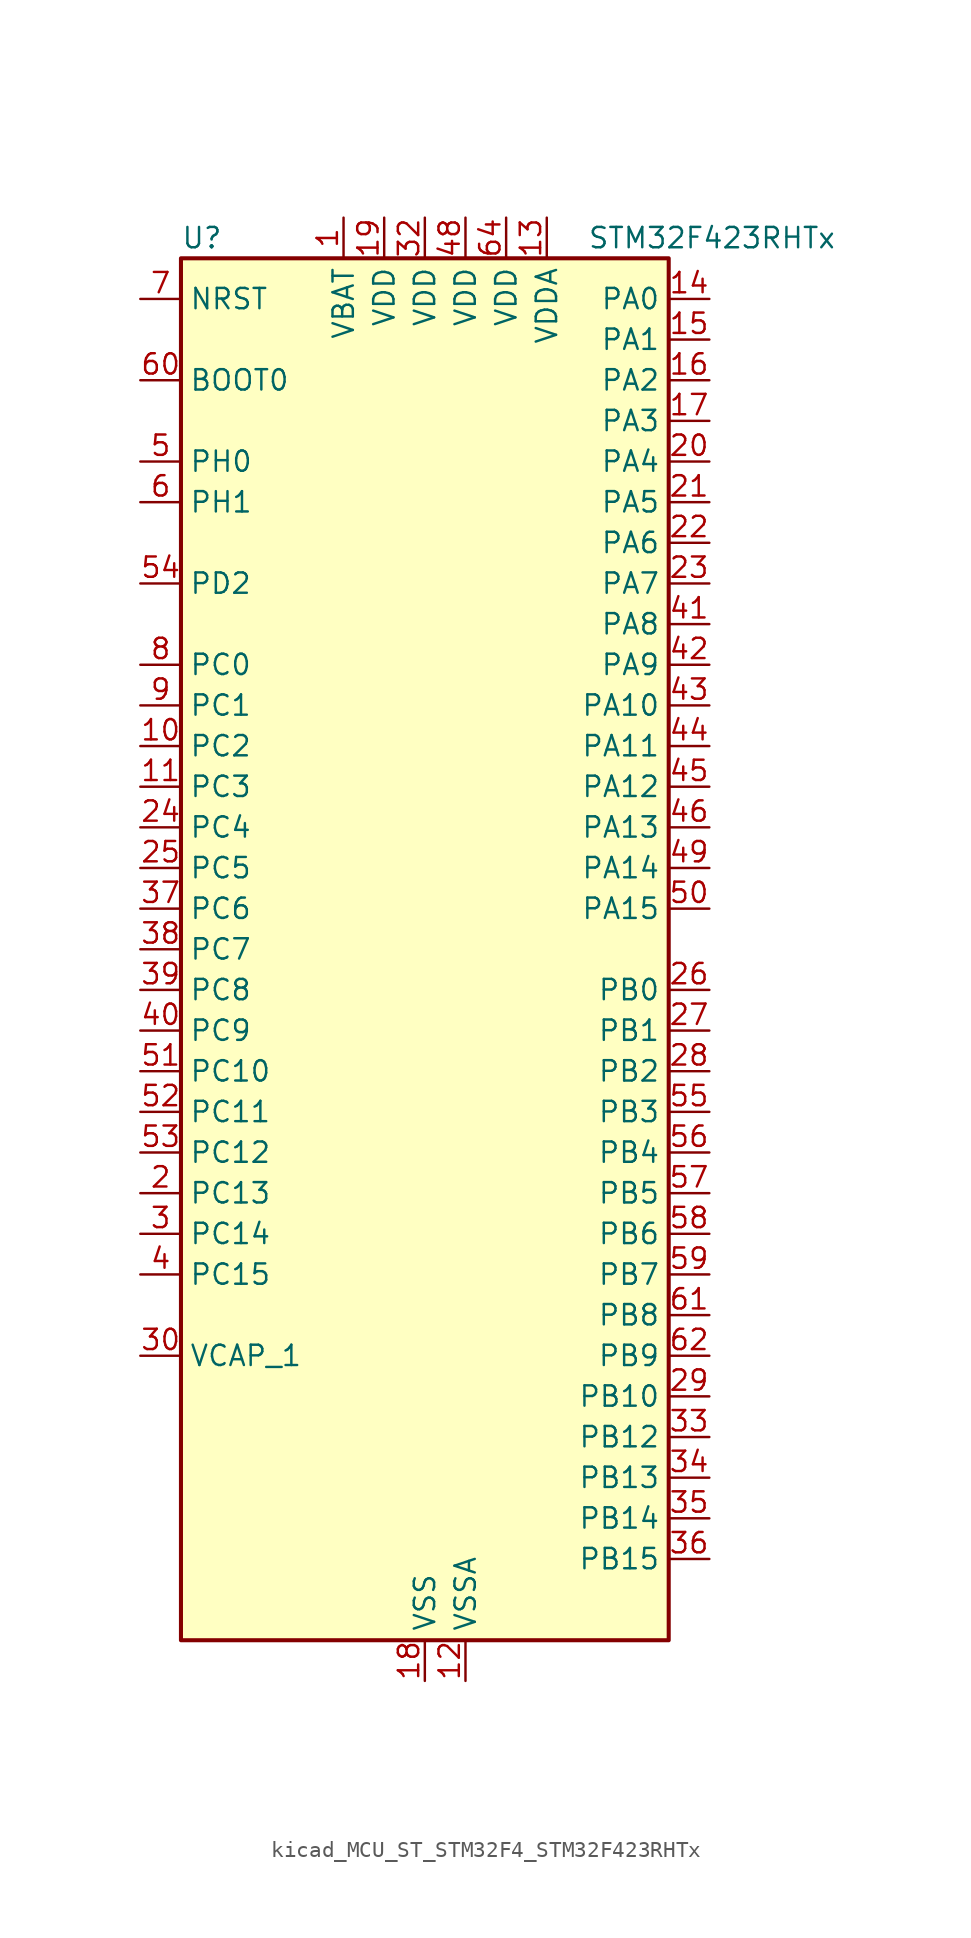
<source format=kicad_sym>
(kicad_symbol_lib
  (version 20220914)
  (generator kicad_symbol_editor)
  (symbol "kicad_MCU_ST_STM32F4_STM32F423RHTx"
    (property "Reference" "U"
      (at -15.24 44.45 0)
      (effects (font (size 1.27 1.27)) (justify left)))
    (property "Value" "STM32F423RHTx"
      (at 10.16 44.45 0)
      (effects (font (size 1.27 1.27)) (justify left)))
    (property "ki_locked" ""
      (at 0 0 0)
      (effects (font (size 1.27 1.27))))
    (symbol "kicad_MCU_ST_STM32F4_STM32F423RHTx_0_1"
      (rectangle (start -15.24 -43.18) (end 15.24 43.18) (stroke (width 0.254) (type default)) (fill (type background))))
    (symbol "kicad_MCU_ST_STM32F4_STM32F423RHTx_1_1"
      (pin power_in line (at -5.08 45.72 270) (length 2.54) (name "VBAT" (effects (font (size 1.27 1.27)))) (number "1" (effects (font (size 1.27 1.27)))))
      (pin bidirectional line (at -17.78 12.7 0) (length 2.54) (name "PC2" (effects (font (size 1.27 1.27)))) (number "10" (effects (font (size 1.27 1.27)))) (alternate "ADC1_IN12" bidirectional line) (alternate "DFSDM1_CKOUT" bidirectional line) (alternate "DFSDM2_DATIN7" bidirectional line) (alternate "FSMC_NWE" bidirectional line) (alternate "I2S2_ext_SD" bidirectional line) (alternate "LPTIM1_IN2" bidirectional line) (alternate "SAI1_SCK_B" bidirectional line) (alternate "SPI2_MISO" bidirectional line))
      (pin bidirectional line (at -17.78 10.16 0) (length 2.54) (name "PC3" (effects (font (size 1.27 1.27)))) (number "11" (effects (font (size 1.27 1.27)))) (alternate "ADC1_IN13" bidirectional line) (alternate "DFSDM2_CKIN7" bidirectional line) (alternate "FSMC_A0" bidirectional line) (alternate "I2S2_SD" bidirectional line) (alternate "LPTIM1_ETR" bidirectional line) (alternate "SAI1_FS_B" bidirectional line) (alternate "SPI2_MOSI" bidirectional line))
      (pin power_in line (at 2.54 -45.72 90) (length 2.54) (name "VSSA" (effects (font (size 1.27 1.27)))) (number "12" (effects (font (size 1.27 1.27)))))
      (pin power_in line (at 7.62 45.72 270) (length 2.54) (name "VDDA" (effects (font (size 1.27 1.27)))) (number "13" (effects (font (size 1.27 1.27)))))
      (pin bidirectional line (at 17.78 40.64 180) (length 2.54) (name "PA0" (effects (font (size 1.27 1.27)))) (number "14" (effects (font (size 1.27 1.27)))) (alternate "ADC1_IN0" bidirectional line) (alternate "SYS_WKUP1" bidirectional line) (alternate "TIM2_CH1" bidirectional line) (alternate "TIM2_ETR" bidirectional line) (alternate "TIM5_CH1" bidirectional line) (alternate "TIM8_ETR" bidirectional line) (alternate "UART4_TX" bidirectional line) (alternate "USART2_CTS" bidirectional line))
      (pin bidirectional line (at 17.78 38.1 180) (length 2.54) (name "PA1" (effects (font (size 1.27 1.27)))) (number "15" (effects (font (size 1.27 1.27)))) (alternate "ADC1_IN1" bidirectional line) (alternate "I2S4_SD" bidirectional line) (alternate "QUADSPI_BK1_IO3" bidirectional line) (alternate "SPI4_MOSI" bidirectional line) (alternate "TIM2_CH2" bidirectional line) (alternate "TIM5_CH2" bidirectional line) (alternate "UART4_RX" bidirectional line) (alternate "USART2_RTS" bidirectional line))
      (pin bidirectional line (at 17.78 35.56 180) (length 2.54) (name "PA2" (effects (font (size 1.27 1.27)))) (number "16" (effects (font (size 1.27 1.27)))) (alternate "ADC1_IN2" bidirectional line) (alternate "FSMC_D4" bidirectional line) (alternate "FSMC_DA4" bidirectional line) (alternate "I2S_CKIN" bidirectional line) (alternate "TIM2_CH3" bidirectional line) (alternate "TIM5_CH3" bidirectional line) (alternate "TIM9_CH1" bidirectional line) (alternate "USART2_TX" bidirectional line))
      (pin bidirectional line (at 17.78 33.02 180) (length 2.54) (name "PA3" (effects (font (size 1.27 1.27)))) (number "17" (effects (font (size 1.27 1.27)))) (alternate "ADC1_IN3" bidirectional line) (alternate "FSMC_D5" bidirectional line) (alternate "FSMC_DA5" bidirectional line) (alternate "I2S2_MCK" bidirectional line) (alternate "SAI1_SD_B" bidirectional line) (alternate "TIM2_CH4" bidirectional line) (alternate "TIM5_CH4" bidirectional line) (alternate "TIM9_CH2" bidirectional line) (alternate "USART2_RX" bidirectional line))
      (pin power_in line (at 0 -45.72 90) (length 2.54) (name "VSS" (effects (font (size 1.27 1.27)))) (number "18" (effects (font (size 1.27 1.27)))))
      (pin power_in line (at -2.54 45.72 270) (length 2.54) (name "VDD" (effects (font (size 1.27 1.27)))) (number "19" (effects (font (size 1.27 1.27)))))
      (pin bidirectional line (at -17.78 -15.24 0) (length 2.54) (name "PC13" (effects (font (size 1.27 1.27)))) (number "2" (effects (font (size 1.27 1.27)))) (alternate "RTC_AF1" bidirectional line))
      (pin bidirectional line (at 17.78 30.48 180) (length 2.54) (name "PA4" (effects (font (size 1.27 1.27)))) (number "20" (effects (font (size 1.27 1.27)))) (alternate "ADC1_IN4" bidirectional line) (alternate "DAC_OUT1" bidirectional line) (alternate "DFSDM1_DATIN1" bidirectional line) (alternate "FSMC_D6" bidirectional line) (alternate "FSMC_DA6" bidirectional line) (alternate "I2S1_WS" bidirectional line) (alternate "I2S3_WS" bidirectional line) (alternate "SPI1_NSS" bidirectional line) (alternate "SPI3_NSS" bidirectional line) (alternate "USART2_CK" bidirectional line))
      (pin bidirectional line (at 17.78 27.94 180) (length 2.54) (name "PA5" (effects (font (size 1.27 1.27)))) (number "21" (effects (font (size 1.27 1.27)))) (alternate "ADC1_IN5" bidirectional line) (alternate "DAC_OUT2" bidirectional line) (alternate "DFSDM1_CKIN1" bidirectional line) (alternate "FSMC_D7" bidirectional line) (alternate "FSMC_DA7" bidirectional line) (alternate "I2S1_CK" bidirectional line) (alternate "SPI1_SCK" bidirectional line) (alternate "TIM2_CH1" bidirectional line) (alternate "TIM2_ETR" bidirectional line) (alternate "TIM8_CH1N" bidirectional line))
      (pin bidirectional line (at 17.78 25.4 180) (length 2.54) (name "PA6" (effects (font (size 1.27 1.27)))) (number "22" (effects (font (size 1.27 1.27)))) (alternate "ADC1_IN6" bidirectional line) (alternate "DFSDM2_CKIN1" bidirectional line) (alternate "I2S2_MCK" bidirectional line) (alternate "QUADSPI_BK2_IO0" bidirectional line) (alternate "SDIO_CMD" bidirectional line) (alternate "SPI1_MISO" bidirectional line) (alternate "TIM13_CH1" bidirectional line) (alternate "TIM1_BKIN" bidirectional line) (alternate "TIM3_CH1" bidirectional line) (alternate "TIM8_BKIN" bidirectional line))
      (pin bidirectional line (at 17.78 22.86 180) (length 2.54) (name "PA7" (effects (font (size 1.27 1.27)))) (number "23" (effects (font (size 1.27 1.27)))) (alternate "ADC1_IN7" bidirectional line) (alternate "DFSDM2_DATIN1" bidirectional line) (alternate "I2S1_SD" bidirectional line) (alternate "QUADSPI_BK2_IO1" bidirectional line) (alternate "SPI1_MOSI" bidirectional line) (alternate "TIM14_CH1" bidirectional line) (alternate "TIM1_CH1N" bidirectional line) (alternate "TIM3_CH2" bidirectional line) (alternate "TIM8_CH1N" bidirectional line))
      (pin bidirectional line (at -17.78 7.62 0) (length 2.54) (name "PC4" (effects (font (size 1.27 1.27)))) (number "24" (effects (font (size 1.27 1.27)))) (alternate "ADC1_IN14" bidirectional line) (alternate "DFSDM2_CKIN2" bidirectional line) (alternate "FSMC_NE4" bidirectional line) (alternate "I2S1_MCK" bidirectional line) (alternate "QUADSPI_BK2_IO2" bidirectional line))
      (pin bidirectional line (at -17.78 5.08 0) (length 2.54) (name "PC5" (effects (font (size 1.27 1.27)))) (number "25" (effects (font (size 1.27 1.27)))) (alternate "ADC1_IN15" bidirectional line) (alternate "DFSDM2_DATIN2" bidirectional line) (alternate "FMPI2C1_SMBA" bidirectional line) (alternate "FSMC_NOE" bidirectional line) (alternate "QUADSPI_BK2_IO3" bidirectional line) (alternate "USART3_RX" bidirectional line))
      (pin bidirectional line (at 17.78 -2.54 180) (length 2.54) (name "PB0" (effects (font (size 1.27 1.27)))) (number "26" (effects (font (size 1.27 1.27)))) (alternate "ADC1_IN8" bidirectional line) (alternate "I2S5_CK" bidirectional line) (alternate "SPI5_SCK" bidirectional line) (alternate "TIM1_CH2N" bidirectional line) (alternate "TIM3_CH3" bidirectional line) (alternate "TIM8_CH2N" bidirectional line))
      (pin bidirectional line (at 17.78 -5.08 180) (length 2.54) (name "PB1" (effects (font (size 1.27 1.27)))) (number "27" (effects (font (size 1.27 1.27)))) (alternate "ADC1_IN9" bidirectional line) (alternate "DFSDM1_DATIN0" bidirectional line) (alternate "I2S5_WS" bidirectional line) (alternate "QUADSPI_CLK" bidirectional line) (alternate "SPI5_NSS" bidirectional line) (alternate "TIM1_CH3N" bidirectional line) (alternate "TIM3_CH4" bidirectional line) (alternate "TIM8_CH3N" bidirectional line))
      (pin bidirectional line (at 17.78 -7.62 180) (length 2.54) (name "PB2" (effects (font (size 1.27 1.27)))) (number "28" (effects (font (size 1.27 1.27)))) (alternate "DFSDM1_CKIN0" bidirectional line) (alternate "LPTIM1_OUT" bidirectional line) (alternate "QUADSPI_CLK" bidirectional line))
      (pin bidirectional line (at 17.78 -27.94 180) (length 2.54) (name "PB10" (effects (font (size 1.27 1.27)))) (number "29" (effects (font (size 1.27 1.27)))) (alternate "DFSDM2_CKOUT" bidirectional line) (alternate "FMPI2C1_SCL" bidirectional line) (alternate "I2C2_SCL" bidirectional line) (alternate "I2S2_CK" bidirectional line) (alternate "I2S3_MCK" bidirectional line) (alternate "SDIO_D7" bidirectional line) (alternate "SPI2_SCK" bidirectional line) (alternate "TIM2_CH3" bidirectional line) (alternate "USART3_TX" bidirectional line))
      (pin bidirectional line (at -17.78 -17.78 0) (length 2.54) (name "PC14" (effects (font (size 1.27 1.27)))) (number "3" (effects (font (size 1.27 1.27)))) (alternate "RCC_OSC32_IN" bidirectional line))
      (pin power_out line (at -17.78 -25.4 0) (length 2.54) (name "VCAP_1" (effects (font (size 1.27 1.27)))) (number "30" (effects (font (size 1.27 1.27)))))
      (pin passive line (at 0 -45.72 90) (length 2.54) hide (name "VSS" (effects (font (size 1.27 1.27)))) (number "31" (effects (font (size 1.27 1.27)))))
      (pin power_in line (at 0 45.72 270) (length 2.54) (name "VDD" (effects (font (size 1.27 1.27)))) (number "32" (effects (font (size 1.27 1.27)))))
      (pin bidirectional line (at 17.78 -30.48 180) (length 2.54) (name "PB12" (effects (font (size 1.27 1.27)))) (number "33" (effects (font (size 1.27 1.27)))) (alternate "CAN2_RX" bidirectional line) (alternate "DFSDM1_DATIN1" bidirectional line) (alternate "I2C2_SMBA" bidirectional line) (alternate "I2S2_WS" bidirectional line) (alternate "I2S3_CK" bidirectional line) (alternate "I2S4_WS" bidirectional line) (alternate "SPI2_NSS" bidirectional line) (alternate "SPI3_SCK" bidirectional line) (alternate "SPI4_NSS" bidirectional line) (alternate "TIM1_BKIN" bidirectional line) (alternate "UART5_RX" bidirectional line) (alternate "USART3_CK" bidirectional line))
      (pin bidirectional line (at 17.78 -33.02 180) (length 2.54) (name "PB13" (effects (font (size 1.27 1.27)))) (number "34" (effects (font (size 1.27 1.27)))) (alternate "CAN2_TX" bidirectional line) (alternate "DFSDM1_CKIN1" bidirectional line) (alternate "FMPI2C1_SMBA" bidirectional line) (alternate "I2S2_CK" bidirectional line) (alternate "I2S4_CK" bidirectional line) (alternate "SPI2_SCK" bidirectional line) (alternate "SPI4_SCK" bidirectional line) (alternate "TIM1_CH1N" bidirectional line) (alternate "UART5_TX" bidirectional line) (alternate "USART3_CTS" bidirectional line))
      (pin bidirectional line (at 17.78 -35.56 180) (length 2.54) (name "PB14" (effects (font (size 1.27 1.27)))) (number "35" (effects (font (size 1.27 1.27)))) (alternate "DFSDM1_DATIN2" bidirectional line) (alternate "FMPI2C1_SDA" bidirectional line) (alternate "FSMC_D0" bidirectional line) (alternate "FSMC_DA0" bidirectional line) (alternate "I2S2_ext_SD" bidirectional line) (alternate "SDIO_D6" bidirectional line) (alternate "SPI2_MISO" bidirectional line) (alternate "TIM12_CH1" bidirectional line) (alternate "TIM1_CH2N" bidirectional line) (alternate "TIM8_CH2N" bidirectional line) (alternate "USART3_RTS" bidirectional line))
      (pin bidirectional line (at 17.78 -38.1 180) (length 2.54) (name "PB15" (effects (font (size 1.27 1.27)))) (number "36" (effects (font (size 1.27 1.27)))) (alternate "ADC1_EXTI15" bidirectional line) (alternate "DFSDM1_CKIN2" bidirectional line) (alternate "FMPI2C1_SCL" bidirectional line) (alternate "I2S2_SD" bidirectional line) (alternate "RTC_REFIN" bidirectional line) (alternate "SDIO_CK" bidirectional line) (alternate "SPI2_MOSI" bidirectional line) (alternate "TIM12_CH2" bidirectional line) (alternate "TIM1_CH3N" bidirectional line) (alternate "TIM8_CH3N" bidirectional line))
      (pin bidirectional line (at -17.78 2.54 0) (length 2.54) (name "PC6" (effects (font (size 1.27 1.27)))) (number "37" (effects (font (size 1.27 1.27)))) (alternate "DFSDM1_CKIN3" bidirectional line) (alternate "DFSDM2_DATIN6" bidirectional line) (alternate "FMPI2C1_SCL" bidirectional line) (alternate "FSMC_D1" bidirectional line) (alternate "FSMC_DA1" bidirectional line) (alternate "I2S2_MCK" bidirectional line) (alternate "SDIO_D6" bidirectional line) (alternate "TIM3_CH1" bidirectional line) (alternate "TIM8_CH1" bidirectional line) (alternate "USART6_TX" bidirectional line))
      (pin bidirectional line (at -17.78 0 0) (length 2.54) (name "PC7" (effects (font (size 1.27 1.27)))) (number "38" (effects (font (size 1.27 1.27)))) (alternate "DFSDM1_DATIN3" bidirectional line) (alternate "DFSDM2_CKIN6" bidirectional line) (alternate "FMPI2C1_SDA" bidirectional line) (alternate "I2S2_CK" bidirectional line) (alternate "I2S3_MCK" bidirectional line) (alternate "SDIO_D7" bidirectional line) (alternate "SPI2_SCK" bidirectional line) (alternate "TIM3_CH2" bidirectional line) (alternate "TIM8_CH2" bidirectional line) (alternate "USART6_RX" bidirectional line))
      (pin bidirectional line (at -17.78 -2.54 0) (length 2.54) (name "PC8" (effects (font (size 1.27 1.27)))) (number "39" (effects (font (size 1.27 1.27)))) (alternate "DFSDM2_CKIN3" bidirectional line) (alternate "QUADSPI_BK1_IO2" bidirectional line) (alternate "SDIO_D0" bidirectional line) (alternate "TIM3_CH3" bidirectional line) (alternate "TIM8_CH3" bidirectional line) (alternate "USART6_CK" bidirectional line))
      (pin bidirectional line (at -17.78 -20.32 0) (length 2.54) (name "PC15" (effects (font (size 1.27 1.27)))) (number "4" (effects (font (size 1.27 1.27)))) (alternate "ADC1_EXTI15" bidirectional line) (alternate "RCC_OSC32_OUT" bidirectional line))
      (pin bidirectional line (at -17.78 -5.08 0) (length 2.54) (name "PC9" (effects (font (size 1.27 1.27)))) (number "40" (effects (font (size 1.27 1.27)))) (alternate "DAC_EXTI9" bidirectional line) (alternate "DFSDM2_DATIN3" bidirectional line) (alternate "I2C3_SDA" bidirectional line) (alternate "I2S_CKIN" bidirectional line) (alternate "QUADSPI_BK1_IO0" bidirectional line) (alternate "RCC_MCO_2" bidirectional line) (alternate "SDIO_D1" bidirectional line) (alternate "TIM3_CH4" bidirectional line) (alternate "TIM8_CH4" bidirectional line))
      (pin bidirectional line (at 17.78 20.32 180) (length 2.54) (name "PA8" (effects (font (size 1.27 1.27)))) (number "41" (effects (font (size 1.27 1.27)))) (alternate "CAN3_RX" bidirectional line) (alternate "DFSDM1_CKOUT" bidirectional line) (alternate "I2C3_SCL" bidirectional line) (alternate "RCC_MCO_1" bidirectional line) (alternate "SDIO_D1" bidirectional line) (alternate "TIM1_CH1" bidirectional line) (alternate "UART7_RX" bidirectional line) (alternate "USART1_CK" bidirectional line) (alternate "USB_OTG_FS_SOF" bidirectional line))
      (pin bidirectional line (at 17.78 17.78 180) (length 2.54) (name "PA9" (effects (font (size 1.27 1.27)))) (number "42" (effects (font (size 1.27 1.27)))) (alternate "DAC_EXTI9" bidirectional line) (alternate "DFSDM2_CKIN3" bidirectional line) (alternate "I2C3_SMBA" bidirectional line) (alternate "I2S2_CK" bidirectional line) (alternate "SDIO_D2" bidirectional line) (alternate "SPI2_SCK" bidirectional line) (alternate "TIM1_CH2" bidirectional line) (alternate "USART1_TX" bidirectional line) (alternate "USB_OTG_FS_VBUS" bidirectional line))
      (pin bidirectional line (at 17.78 15.24 180) (length 2.54) (name "PA10" (effects (font (size 1.27 1.27)))) (number "43" (effects (font (size 1.27 1.27)))) (alternate "DFSDM2_DATIN3" bidirectional line) (alternate "I2S2_SD" bidirectional line) (alternate "I2S5_SD" bidirectional line) (alternate "SPI2_MOSI" bidirectional line) (alternate "SPI5_MOSI" bidirectional line) (alternate "TIM1_CH3" bidirectional line) (alternate "USART1_RX" bidirectional line) (alternate "USB_OTG_FS_ID" bidirectional line))
      (pin bidirectional line (at 17.78 12.7 180) (length 2.54) (name "PA11" (effects (font (size 1.27 1.27)))) (number "44" (effects (font (size 1.27 1.27)))) (alternate "ADC1_EXTI11" bidirectional line) (alternate "CAN1_RX" bidirectional line) (alternate "DFSDM2_CKIN5" bidirectional line) (alternate "I2S2_WS" bidirectional line) (alternate "SPI2_NSS" bidirectional line) (alternate "SPI4_MISO" bidirectional line) (alternate "TIM1_CH4" bidirectional line) (alternate "UART4_RX" bidirectional line) (alternate "USART1_CTS" bidirectional line) (alternate "USART6_TX" bidirectional line) (alternate "USB_OTG_FS_DM" bidirectional line))
      (pin bidirectional line (at 17.78 10.16 180) (length 2.54) (name "PA12" (effects (font (size 1.27 1.27)))) (number "45" (effects (font (size 1.27 1.27)))) (alternate "CAN1_TX" bidirectional line) (alternate "DFSDM2_DATIN5" bidirectional line) (alternate "SPI2_MISO" bidirectional line) (alternate "SPI5_MISO" bidirectional line) (alternate "TIM1_ETR" bidirectional line) (alternate "UART4_TX" bidirectional line) (alternate "USART1_RTS" bidirectional line) (alternate "USART6_RX" bidirectional line) (alternate "USB_OTG_FS_DP" bidirectional line))
      (pin bidirectional line (at 17.78 7.62 180) (length 2.54) (name "PA13" (effects (font (size 1.27 1.27)))) (number "46" (effects (font (size 1.27 1.27)))) (alternate "SYS_JTMS-SWDIO" bidirectional line))
      (pin passive line (at 0 -45.72 90) (length 2.54) hide (name "VSS" (effects (font (size 1.27 1.27)))) (number "47" (effects (font (size 1.27 1.27)))))
      (pin power_in line (at 2.54 45.72 270) (length 2.54) (name "VDD" (effects (font (size 1.27 1.27)))) (number "48" (effects (font (size 1.27 1.27)))))
      (pin bidirectional line (at 17.78 5.08 180) (length 2.54) (name "PA14" (effects (font (size 1.27 1.27)))) (number "49" (effects (font (size 1.27 1.27)))) (alternate "SYS_JTCK-SWCLK" bidirectional line))
      (pin bidirectional line (at -17.78 30.48 0) (length 2.54) (name "PH0" (effects (font (size 1.27 1.27)))) (number "5" (effects (font (size 1.27 1.27)))) (alternate "RCC_OSC_IN" bidirectional line))
      (pin bidirectional line (at 17.78 2.54 180) (length 2.54) (name "PA15" (effects (font (size 1.27 1.27)))) (number "50" (effects (font (size 1.27 1.27)))) (alternate "ADC1_EXTI15" bidirectional line) (alternate "CAN3_TX" bidirectional line) (alternate "I2S1_WS" bidirectional line) (alternate "I2S3_WS" bidirectional line) (alternate "SAI1_MCLK_A" bidirectional line) (alternate "SPI1_NSS" bidirectional line) (alternate "SPI3_NSS" bidirectional line) (alternate "SYS_JTDI" bidirectional line) (alternate "TIM2_CH1" bidirectional line) (alternate "TIM2_ETR" bidirectional line) (alternate "UART7_TX" bidirectional line) (alternate "USART1_TX" bidirectional line))
      (pin bidirectional line (at -17.78 -7.62 0) (length 2.54) (name "PC10" (effects (font (size 1.27 1.27)))) (number "51" (effects (font (size 1.27 1.27)))) (alternate "DFSDM2_CKIN5" bidirectional line) (alternate "I2S3_CK" bidirectional line) (alternate "QUADSPI_BK1_IO1" bidirectional line) (alternate "SDIO_D2" bidirectional line) (alternate "SPI3_SCK" bidirectional line) (alternate "USART3_TX" bidirectional line))
      (pin bidirectional line (at -17.78 -10.16 0) (length 2.54) (name "PC11" (effects (font (size 1.27 1.27)))) (number "52" (effects (font (size 1.27 1.27)))) (alternate "ADC1_EXTI11" bidirectional line) (alternate "DFSDM2_DATIN5" bidirectional line) (alternate "FSMC_D2" bidirectional line) (alternate "FSMC_DA2" bidirectional line) (alternate "I2S3_ext_SD" bidirectional line) (alternate "QUADSPI_BK2_NCS" bidirectional line) (alternate "SDIO_D3" bidirectional line) (alternate "SPI3_MISO" bidirectional line) (alternate "UART4_RX" bidirectional line) (alternate "USART3_RX" bidirectional line))
      (pin bidirectional line (at -17.78 -12.7 0) (length 2.54) (name "PC12" (effects (font (size 1.27 1.27)))) (number "53" (effects (font (size 1.27 1.27)))) (alternate "FSMC_D3" bidirectional line) (alternate "FSMC_DA3" bidirectional line) (alternate "I2S3_SD" bidirectional line) (alternate "SDIO_CK" bidirectional line) (alternate "SPI3_MOSI" bidirectional line) (alternate "UART5_TX" bidirectional line) (alternate "USART3_CK" bidirectional line))
      (pin bidirectional line (at -17.78 22.86 0) (length 2.54) (name "PD2" (effects (font (size 1.27 1.27)))) (number "54" (effects (font (size 1.27 1.27)))) (alternate "DFSDM2_CKOUT" bidirectional line) (alternate "FSMC_NWE" bidirectional line) (alternate "SDIO_CMD" bidirectional line) (alternate "TIM3_ETR" bidirectional line) (alternate "UART5_RX" bidirectional line))
      (pin bidirectional line (at 17.78 -10.16 180) (length 2.54) (name "PB3" (effects (font (size 1.27 1.27)))) (number "55" (effects (font (size 1.27 1.27)))) (alternate "CAN3_RX" bidirectional line) (alternate "FMPI2C1_SDA" bidirectional line) (alternate "I2C2_SDA" bidirectional line) (alternate "I2S1_CK" bidirectional line) (alternate "I2S3_CK" bidirectional line) (alternate "SAI1_SD_A" bidirectional line) (alternate "SPI1_SCK" bidirectional line) (alternate "SPI3_SCK" bidirectional line) (alternate "SYS_JTDO-SWO" bidirectional line) (alternate "TIM2_CH2" bidirectional line) (alternate "UART7_RX" bidirectional line) (alternate "USART1_RX" bidirectional line))
      (pin bidirectional line (at 17.78 -12.7 180) (length 2.54) (name "PB4" (effects (font (size 1.27 1.27)))) (number "56" (effects (font (size 1.27 1.27)))) (alternate "CAN3_TX" bidirectional line) (alternate "I2C3_SDA" bidirectional line) (alternate "I2S3_ext_SD" bidirectional line) (alternate "SAI1_SCK_A" bidirectional line) (alternate "SDIO_D0" bidirectional line) (alternate "SPI1_MISO" bidirectional line) (alternate "SPI3_MISO" bidirectional line) (alternate "SYS_JTRST" bidirectional line) (alternate "TIM3_CH1" bidirectional line) (alternate "UART7_TX" bidirectional line))
      (pin bidirectional line (at 17.78 -15.24 180) (length 2.54) (name "PB5" (effects (font (size 1.27 1.27)))) (number "57" (effects (font (size 1.27 1.27)))) (alternate "CAN2_RX" bidirectional line) (alternate "I2C1_SMBA" bidirectional line) (alternate "I2S1_SD" bidirectional line) (alternate "I2S3_SD" bidirectional line) (alternate "LPTIM1_IN1" bidirectional line) (alternate "SAI1_FS_A" bidirectional line) (alternate "SDIO_D3" bidirectional line) (alternate "SPI1_MOSI" bidirectional line) (alternate "SPI3_MOSI" bidirectional line) (alternate "TIM3_CH2" bidirectional line) (alternate "UART5_RX" bidirectional line))
      (pin bidirectional line (at 17.78 -17.78 180) (length 2.54) (name "PB6" (effects (font (size 1.27 1.27)))) (number "58" (effects (font (size 1.27 1.27)))) (alternate "CAN2_TX" bidirectional line) (alternate "DFSDM2_CKIN7" bidirectional line) (alternate "I2C1_SCL" bidirectional line) (alternate "LPTIM1_ETR" bidirectional line) (alternate "QUADSPI_BK1_NCS" bidirectional line) (alternate "SDIO_D0" bidirectional line) (alternate "TIM4_CH1" bidirectional line) (alternate "UART5_TX" bidirectional line) (alternate "USART1_TX" bidirectional line))
      (pin bidirectional line (at 17.78 -20.32 180) (length 2.54) (name "PB7" (effects (font (size 1.27 1.27)))) (number "59" (effects (font (size 1.27 1.27)))) (alternate "DFSDM2_DATIN7" bidirectional line) (alternate "FSMC_NL" bidirectional line) (alternate "I2C1_SDA" bidirectional line) (alternate "LPTIM1_IN2" bidirectional line) (alternate "TIM4_CH2" bidirectional line) (alternate "USART1_RX" bidirectional line))
      (pin bidirectional line (at -17.78 27.94 0) (length 2.54) (name "PH1" (effects (font (size 1.27 1.27)))) (number "6" (effects (font (size 1.27 1.27)))) (alternate "RCC_OSC_OUT" bidirectional line))
      (pin input line (at -17.78 35.56 0) (length 2.54) (name "BOOT0" (effects (font (size 1.27 1.27)))) (number "60" (effects (font (size 1.27 1.27)))))
      (pin bidirectional line (at 17.78 -22.86 180) (length 2.54) (name "PB8" (effects (font (size 1.27 1.27)))) (number "61" (effects (font (size 1.27 1.27)))) (alternate "CAN1_RX" bidirectional line) (alternate "DFSDM2_CKIN1" bidirectional line) (alternate "I2C1_SCL" bidirectional line) (alternate "I2C3_SDA" bidirectional line) (alternate "I2S5_SD" bidirectional line) (alternate "LPTIM1_OUT" bidirectional line) (alternate "SDIO_D4" bidirectional line) (alternate "SPI5_MOSI" bidirectional line) (alternate "TIM10_CH1" bidirectional line) (alternate "TIM4_CH3" bidirectional line) (alternate "UART5_RX" bidirectional line))
      (pin bidirectional line (at 17.78 -25.4 180) (length 2.54) (name "PB9" (effects (font (size 1.27 1.27)))) (number "62" (effects (font (size 1.27 1.27)))) (alternate "CAN1_TX" bidirectional line) (alternate "DAC_EXTI9" bidirectional line) (alternate "DFSDM2_DATIN1" bidirectional line) (alternate "I2C1_SDA" bidirectional line) (alternate "I2C2_SDA" bidirectional line) (alternate "I2S2_WS" bidirectional line) (alternate "SDIO_D5" bidirectional line) (alternate "SPI2_NSS" bidirectional line) (alternate "TIM11_CH1" bidirectional line) (alternate "TIM4_CH4" bidirectional line) (alternate "UART5_TX" bidirectional line))
      (pin passive line (at 0 -45.72 90) (length 2.54) hide (name "VSS" (effects (font (size 1.27 1.27)))) (number "63" (effects (font (size 1.27 1.27)))))
      (pin power_in line (at 5.08 45.72 270) (length 2.54) (name "VDD" (effects (font (size 1.27 1.27)))) (number "64" (effects (font (size 1.27 1.27)))))
      (pin input line (at -17.78 40.64 0) (length 2.54) (name "NRST" (effects (font (size 1.27 1.27)))) (number "7" (effects (font (size 1.27 1.27)))))
      (pin bidirectional line (at -17.78 17.78 0) (length 2.54) (name "PC0" (effects (font (size 1.27 1.27)))) (number "8" (effects (font (size 1.27 1.27)))) (alternate "ADC1_IN10" bidirectional line) (alternate "DFSDM2_CKIN4" bidirectional line) (alternate "LPTIM1_IN1" bidirectional line) (alternate "SAI1_MCLK_B" bidirectional line) (alternate "SYS_WKUP2" bidirectional line))
      (pin bidirectional line (at -17.78 15.24 0) (length 2.54) (name "PC1" (effects (font (size 1.27 1.27)))) (number "9" (effects (font (size 1.27 1.27)))) (alternate "ADC1_IN11" bidirectional line) (alternate "DFSDM2_DATIN4" bidirectional line) (alternate "LPTIM1_OUT" bidirectional line) (alternate "SAI1_SD_B" bidirectional line) (alternate "SYS_WKUP3" bidirectional line)))))
</source>
